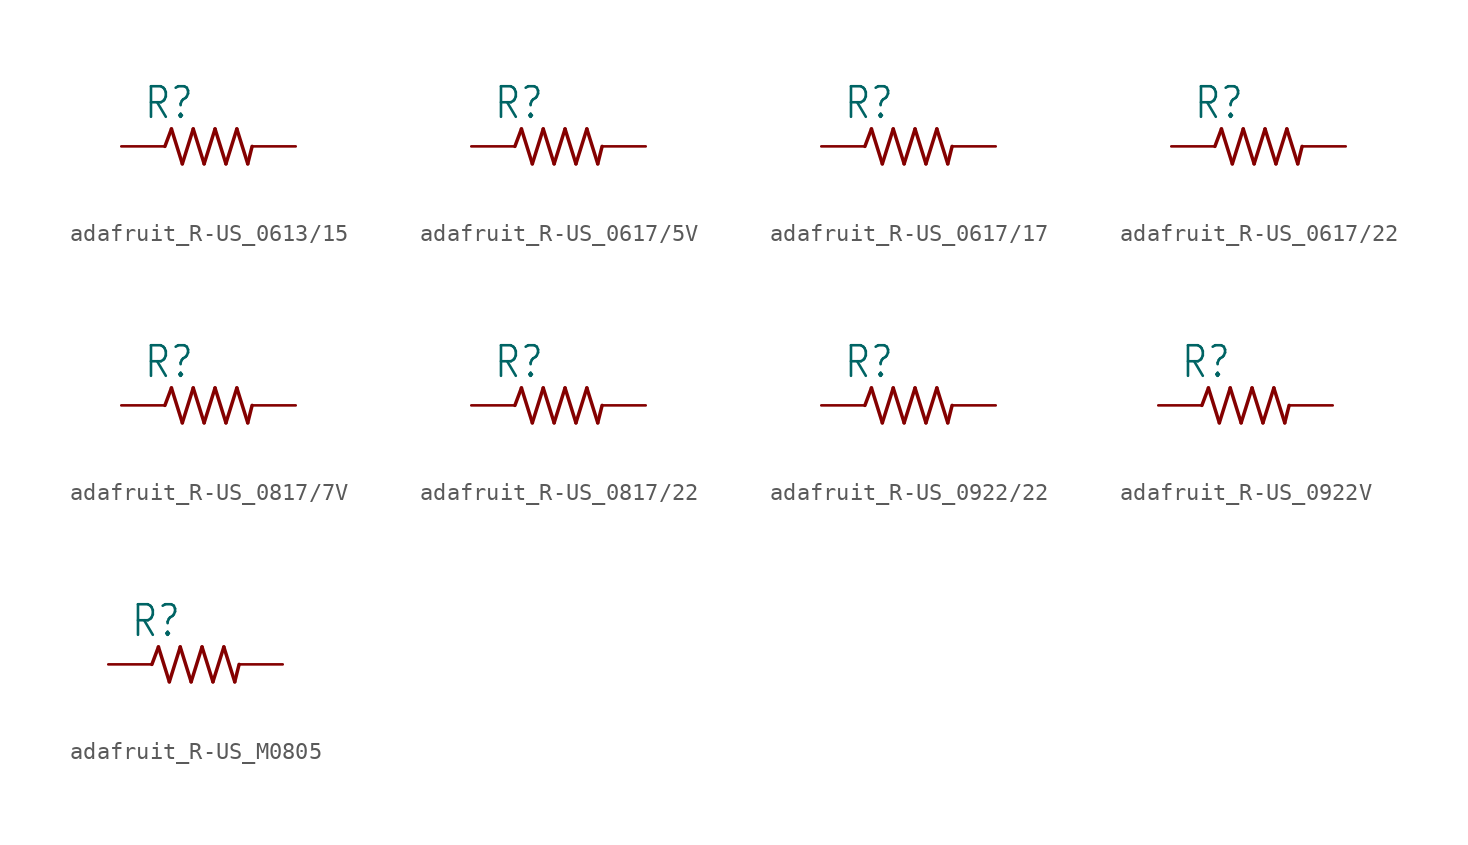
<source format=kicad_sym>
(kicad_symbol_lib
  (version 20220914)
  (generator kicad_symbol_editor)
  (symbol "adafruit_R-US_0613/15"
    (property "Reference" "R"
      (at -3.81 1.499 0)
      (effects (font (size 1.778 1.511)) (justify left bottom)))
    (property "Value" ""
      (at -3.81 -3.302 0)
      (effects (font (size 1.778 1.511)) (justify left bottom)))
    (property "ki_locked" ""
      (at 0 0 0)
      (effects (font (size 1.27 1.27))))
    (symbol "adafruit_R-US_0613/15_1_0"
      (polyline (pts (xy -2.54 0) (xy -2.159 1.016)) (stroke (width 0.203) (type solid)) (fill (type none)))
      (polyline (pts (xy -2.159 1.016) (xy -1.524 -1.016)) (stroke (width 0.203) (type solid)) (fill (type none)))
      (polyline (pts (xy -1.524 -1.016) (xy -0.889 1.016)) (stroke (width 0.203) (type solid)) (fill (type none)))
      (polyline (pts (xy -0.889 1.016) (xy -0.254 -1.016)) (stroke (width 0.203) (type solid)) (fill (type none)))
      (polyline (pts (xy -0.254 -1.016) (xy 0.381 1.016)) (stroke (width 0.203) (type solid)) (fill (type none)))
      (polyline (pts (xy 0.381 1.016) (xy 1.016 -1.016)) (stroke (width 0.203) (type solid)) (fill (type none)))
      (polyline (pts (xy 1.016 -1.016) (xy 1.651 1.016)) (stroke (width 0.203) (type solid)) (fill (type none)))
      (polyline (pts (xy 1.651 1.016) (xy 2.286 -1.016)) (stroke (width 0.203) (type solid)) (fill (type none)))
      (polyline (pts (xy 2.286 -1.016) (xy 2.54 0)) (stroke (width 0.203) (type solid)) (fill (type none)))
      (pin passive line (at -5.08 0 0) (length 2.54) (name "1" (effects (font (size 0 0)))) (number "1" (effects (font (size 0 0)))))
      (pin passive line (at 5.08 0 180) (length 2.54) (name "2" (effects (font (size 0 0)))) (number "2" (effects (font (size 0 0)))))))
  (symbol "adafruit_R-US_0617/5V"
    (property "Reference" "R"
      (at -3.81 1.499 0)
      (effects (font (size 1.778 1.511)) (justify left bottom)))
    (property "Value" ""
      (at -3.81 -3.302 0)
      (effects (font (size 1.778 1.511)) (justify left bottom)))
    (property "ki_locked" ""
      (at 0 0 0)
      (effects (font (size 1.27 1.27))))
    (symbol "adafruit_R-US_0617/5V_1_0"
      (polyline (pts (xy -2.54 0) (xy -2.159 1.016)) (stroke (width 0.203) (type solid)) (fill (type none)))
      (polyline (pts (xy -2.159 1.016) (xy -1.524 -1.016)) (stroke (width 0.203) (type solid)) (fill (type none)))
      (polyline (pts (xy -1.524 -1.016) (xy -0.889 1.016)) (stroke (width 0.203) (type solid)) (fill (type none)))
      (polyline (pts (xy -0.889 1.016) (xy -0.254 -1.016)) (stroke (width 0.203) (type solid)) (fill (type none)))
      (polyline (pts (xy -0.254 -1.016) (xy 0.381 1.016)) (stroke (width 0.203) (type solid)) (fill (type none)))
      (polyline (pts (xy 0.381 1.016) (xy 1.016 -1.016)) (stroke (width 0.203) (type solid)) (fill (type none)))
      (polyline (pts (xy 1.016 -1.016) (xy 1.651 1.016)) (stroke (width 0.203) (type solid)) (fill (type none)))
      (polyline (pts (xy 1.651 1.016) (xy 2.286 -1.016)) (stroke (width 0.203) (type solid)) (fill (type none)))
      (polyline (pts (xy 2.286 -1.016) (xy 2.54 0)) (stroke (width 0.203) (type solid)) (fill (type none)))
      (pin passive line (at -5.08 0 0) (length 2.54) (name "1" (effects (font (size 0 0)))) (number "1" (effects (font (size 0 0)))))
      (pin passive line (at 5.08 0 180) (length 2.54) (name "2" (effects (font (size 0 0)))) (number "2" (effects (font (size 0 0)))))))
  (symbol "adafruit_R-US_0617/17"
    (property "Reference" "R"
      (at -3.81 1.499 0)
      (effects (font (size 1.778 1.511)) (justify left bottom)))
    (property "Value" ""
      (at -3.81 -3.302 0)
      (effects (font (size 1.778 1.511)) (justify left bottom)))
    (property "ki_locked" ""
      (at 0 0 0)
      (effects (font (size 1.27 1.27))))
    (symbol "adafruit_R-US_0617/17_1_0"
      (polyline (pts (xy -2.54 0) (xy -2.159 1.016)) (stroke (width 0.203) (type solid)) (fill (type none)))
      (polyline (pts (xy -2.159 1.016) (xy -1.524 -1.016)) (stroke (width 0.203) (type solid)) (fill (type none)))
      (polyline (pts (xy -1.524 -1.016) (xy -0.889 1.016)) (stroke (width 0.203) (type solid)) (fill (type none)))
      (polyline (pts (xy -0.889 1.016) (xy -0.254 -1.016)) (stroke (width 0.203) (type solid)) (fill (type none)))
      (polyline (pts (xy -0.254 -1.016) (xy 0.381 1.016)) (stroke (width 0.203) (type solid)) (fill (type none)))
      (polyline (pts (xy 0.381 1.016) (xy 1.016 -1.016)) (stroke (width 0.203) (type solid)) (fill (type none)))
      (polyline (pts (xy 1.016 -1.016) (xy 1.651 1.016)) (stroke (width 0.203) (type solid)) (fill (type none)))
      (polyline (pts (xy 1.651 1.016) (xy 2.286 -1.016)) (stroke (width 0.203) (type solid)) (fill (type none)))
      (polyline (pts (xy 2.286 -1.016) (xy 2.54 0)) (stroke (width 0.203) (type solid)) (fill (type none)))
      (pin passive line (at -5.08 0 0) (length 2.54) (name "1" (effects (font (size 0 0)))) (number "1" (effects (font (size 0 0)))))
      (pin passive line (at 5.08 0 180) (length 2.54) (name "2" (effects (font (size 0 0)))) (number "2" (effects (font (size 0 0)))))))
  (symbol "adafruit_R-US_0617/22"
    (property "Reference" "R"
      (at -3.81 1.499 0)
      (effects (font (size 1.778 1.511)) (justify left bottom)))
    (property "Value" ""
      (at -3.81 -3.302 0)
      (effects (font (size 1.778 1.511)) (justify left bottom)))
    (property "ki_locked" ""
      (at 0 0 0)
      (effects (font (size 1.27 1.27))))
    (symbol "adafruit_R-US_0617/22_1_0"
      (polyline (pts (xy -2.54 0) (xy -2.159 1.016)) (stroke (width 0.203) (type solid)) (fill (type none)))
      (polyline (pts (xy -2.159 1.016) (xy -1.524 -1.016)) (stroke (width 0.203) (type solid)) (fill (type none)))
      (polyline (pts (xy -1.524 -1.016) (xy -0.889 1.016)) (stroke (width 0.203) (type solid)) (fill (type none)))
      (polyline (pts (xy -0.889 1.016) (xy -0.254 -1.016)) (stroke (width 0.203) (type solid)) (fill (type none)))
      (polyline (pts (xy -0.254 -1.016) (xy 0.381 1.016)) (stroke (width 0.203) (type solid)) (fill (type none)))
      (polyline (pts (xy 0.381 1.016) (xy 1.016 -1.016)) (stroke (width 0.203) (type solid)) (fill (type none)))
      (polyline (pts (xy 1.016 -1.016) (xy 1.651 1.016)) (stroke (width 0.203) (type solid)) (fill (type none)))
      (polyline (pts (xy 1.651 1.016) (xy 2.286 -1.016)) (stroke (width 0.203) (type solid)) (fill (type none)))
      (polyline (pts (xy 2.286 -1.016) (xy 2.54 0)) (stroke (width 0.203) (type solid)) (fill (type none)))
      (pin passive line (at -5.08 0 0) (length 2.54) (name "1" (effects (font (size 0 0)))) (number "1" (effects (font (size 0 0)))))
      (pin passive line (at 5.08 0 180) (length 2.54) (name "2" (effects (font (size 0 0)))) (number "2" (effects (font (size 0 0)))))))
  (symbol "adafruit_R-US_0817/7V"
    (property "Reference" "R"
      (at -3.81 1.499 0)
      (effects (font (size 1.778 1.511)) (justify left bottom)))
    (property "Value" ""
      (at -3.81 -3.302 0)
      (effects (font (size 1.778 1.511)) (justify left bottom)))
    (property "ki_locked" ""
      (at 0 0 0)
      (effects (font (size 1.27 1.27))))
    (symbol "adafruit_R-US_0817/7V_1_0"
      (polyline (pts (xy -2.54 0) (xy -2.159 1.016)) (stroke (width 0.203) (type solid)) (fill (type none)))
      (polyline (pts (xy -2.159 1.016) (xy -1.524 -1.016)) (stroke (width 0.203) (type solid)) (fill (type none)))
      (polyline (pts (xy -1.524 -1.016) (xy -0.889 1.016)) (stroke (width 0.203) (type solid)) (fill (type none)))
      (polyline (pts (xy -0.889 1.016) (xy -0.254 -1.016)) (stroke (width 0.203) (type solid)) (fill (type none)))
      (polyline (pts (xy -0.254 -1.016) (xy 0.381 1.016)) (stroke (width 0.203) (type solid)) (fill (type none)))
      (polyline (pts (xy 0.381 1.016) (xy 1.016 -1.016)) (stroke (width 0.203) (type solid)) (fill (type none)))
      (polyline (pts (xy 1.016 -1.016) (xy 1.651 1.016)) (stroke (width 0.203) (type solid)) (fill (type none)))
      (polyline (pts (xy 1.651 1.016) (xy 2.286 -1.016)) (stroke (width 0.203) (type solid)) (fill (type none)))
      (polyline (pts (xy 2.286 -1.016) (xy 2.54 0)) (stroke (width 0.203) (type solid)) (fill (type none)))
      (pin passive line (at -5.08 0 0) (length 2.54) (name "1" (effects (font (size 0 0)))) (number "1" (effects (font (size 0 0)))))
      (pin passive line (at 5.08 0 180) (length 2.54) (name "2" (effects (font (size 0 0)))) (number "2" (effects (font (size 0 0)))))))
  (symbol "adafruit_R-US_0817/22"
    (property "Reference" "R"
      (at -3.81 1.499 0)
      (effects (font (size 1.778 1.511)) (justify left bottom)))
    (property "Value" ""
      (at -3.81 -3.302 0)
      (effects (font (size 1.778 1.511)) (justify left bottom)))
    (property "ki_locked" ""
      (at 0 0 0)
      (effects (font (size 1.27 1.27))))
    (symbol "adafruit_R-US_0817/22_1_0"
      (polyline (pts (xy -2.54 0) (xy -2.159 1.016)) (stroke (width 0.203) (type solid)) (fill (type none)))
      (polyline (pts (xy -2.159 1.016) (xy -1.524 -1.016)) (stroke (width 0.203) (type solid)) (fill (type none)))
      (polyline (pts (xy -1.524 -1.016) (xy -0.889 1.016)) (stroke (width 0.203) (type solid)) (fill (type none)))
      (polyline (pts (xy -0.889 1.016) (xy -0.254 -1.016)) (stroke (width 0.203) (type solid)) (fill (type none)))
      (polyline (pts (xy -0.254 -1.016) (xy 0.381 1.016)) (stroke (width 0.203) (type solid)) (fill (type none)))
      (polyline (pts (xy 0.381 1.016) (xy 1.016 -1.016)) (stroke (width 0.203) (type solid)) (fill (type none)))
      (polyline (pts (xy 1.016 -1.016) (xy 1.651 1.016)) (stroke (width 0.203) (type solid)) (fill (type none)))
      (polyline (pts (xy 1.651 1.016) (xy 2.286 -1.016)) (stroke (width 0.203) (type solid)) (fill (type none)))
      (polyline (pts (xy 2.286 -1.016) (xy 2.54 0)) (stroke (width 0.203) (type solid)) (fill (type none)))
      (pin passive line (at -5.08 0 0) (length 2.54) (name "1" (effects (font (size 0 0)))) (number "1" (effects (font (size 0 0)))))
      (pin passive line (at 5.08 0 180) (length 2.54) (name "2" (effects (font (size 0 0)))) (number "2" (effects (font (size 0 0)))))))
  (symbol "adafruit_R-US_0922/22"
    (property "Reference" "R"
      (at -3.81 1.499 0)
      (effects (font (size 1.778 1.511)) (justify left bottom)))
    (property "Value" ""
      (at -3.81 -3.302 0)
      (effects (font (size 1.778 1.511)) (justify left bottom)))
    (property "ki_locked" ""
      (at 0 0 0)
      (effects (font (size 1.27 1.27))))
    (symbol "adafruit_R-US_0922/22_1_0"
      (polyline (pts (xy -2.54 0) (xy -2.159 1.016)) (stroke (width 0.203) (type solid)) (fill (type none)))
      (polyline (pts (xy -2.159 1.016) (xy -1.524 -1.016)) (stroke (width 0.203) (type solid)) (fill (type none)))
      (polyline (pts (xy -1.524 -1.016) (xy -0.889 1.016)) (stroke (width 0.203) (type solid)) (fill (type none)))
      (polyline (pts (xy -0.889 1.016) (xy -0.254 -1.016)) (stroke (width 0.203) (type solid)) (fill (type none)))
      (polyline (pts (xy -0.254 -1.016) (xy 0.381 1.016)) (stroke (width 0.203) (type solid)) (fill (type none)))
      (polyline (pts (xy 0.381 1.016) (xy 1.016 -1.016)) (stroke (width 0.203) (type solid)) (fill (type none)))
      (polyline (pts (xy 1.016 -1.016) (xy 1.651 1.016)) (stroke (width 0.203) (type solid)) (fill (type none)))
      (polyline (pts (xy 1.651 1.016) (xy 2.286 -1.016)) (stroke (width 0.203) (type solid)) (fill (type none)))
      (polyline (pts (xy 2.286 -1.016) (xy 2.54 0)) (stroke (width 0.203) (type solid)) (fill (type none)))
      (pin passive line (at -5.08 0 0) (length 2.54) (name "1" (effects (font (size 0 0)))) (number "1" (effects (font (size 0 0)))))
      (pin passive line (at 5.08 0 180) (length 2.54) (name "2" (effects (font (size 0 0)))) (number "2" (effects (font (size 0 0)))))))
  (symbol "adafruit_R-US_0922V"
    (property "Reference" "R"
      (at -3.81 1.499 0)
      (effects (font (size 1.778 1.511)) (justify left bottom)))
    (property "Value" ""
      (at -3.81 -3.302 0)
      (effects (font (size 1.778 1.511)) (justify left bottom)))
    (property "ki_locked" ""
      (at 0 0 0)
      (effects (font (size 1.27 1.27))))
    (symbol "adafruit_R-US_0922V_1_0"
      (polyline (pts (xy -2.54 0) (xy -2.159 1.016)) (stroke (width 0.203) (type solid)) (fill (type none)))
      (polyline (pts (xy -2.159 1.016) (xy -1.524 -1.016)) (stroke (width 0.203) (type solid)) (fill (type none)))
      (polyline (pts (xy -1.524 -1.016) (xy -0.889 1.016)) (stroke (width 0.203) (type solid)) (fill (type none)))
      (polyline (pts (xy -0.889 1.016) (xy -0.254 -1.016)) (stroke (width 0.203) (type solid)) (fill (type none)))
      (polyline (pts (xy -0.254 -1.016) (xy 0.381 1.016)) (stroke (width 0.203) (type solid)) (fill (type none)))
      (polyline (pts (xy 0.381 1.016) (xy 1.016 -1.016)) (stroke (width 0.203) (type solid)) (fill (type none)))
      (polyline (pts (xy 1.016 -1.016) (xy 1.651 1.016)) (stroke (width 0.203) (type solid)) (fill (type none)))
      (polyline (pts (xy 1.651 1.016) (xy 2.286 -1.016)) (stroke (width 0.203) (type solid)) (fill (type none)))
      (polyline (pts (xy 2.286 -1.016) (xy 2.54 0)) (stroke (width 0.203) (type solid)) (fill (type none)))
      (pin passive line (at -5.08 0 0) (length 2.54) (name "1" (effects (font (size 0 0)))) (number "1" (effects (font (size 0 0)))))
      (pin passive line (at 5.08 0 180) (length 2.54) (name "2" (effects (font (size 0 0)))) (number "2" (effects (font (size 0 0)))))))
  (symbol "adafruit_R-US_M0805"
    (property "Reference" "R"
      (at -3.81 1.499 0)
      (effects (font (size 1.778 1.511)) (justify left bottom)))
    (property "Value" ""
      (at -3.81 -3.302 0)
      (effects (font (size 1.778 1.511)) (justify left bottom)))
    (property "ki_locked" ""
      (at 0 0 0)
      (effects (font (size 1.27 1.27))))
    (symbol "adafruit_R-US_M0805_1_0"
      (polyline (pts (xy -2.54 0) (xy -2.159 1.016)) (stroke (width 0.203) (type solid)) (fill (type none)))
      (polyline (pts (xy -2.159 1.016) (xy -1.524 -1.016)) (stroke (width 0.203) (type solid)) (fill (type none)))
      (polyline (pts (xy -1.524 -1.016) (xy -0.889 1.016)) (stroke (width 0.203) (type solid)) (fill (type none)))
      (polyline (pts (xy -0.889 1.016) (xy -0.254 -1.016)) (stroke (width 0.203) (type solid)) (fill (type none)))
      (polyline (pts (xy -0.254 -1.016) (xy 0.381 1.016)) (stroke (width 0.203) (type solid)) (fill (type none)))
      (polyline (pts (xy 0.381 1.016) (xy 1.016 -1.016)) (stroke (width 0.203) (type solid)) (fill (type none)))
      (polyline (pts (xy 1.016 -1.016) (xy 1.651 1.016)) (stroke (width 0.203) (type solid)) (fill (type none)))
      (polyline (pts (xy 1.651 1.016) (xy 2.286 -1.016)) (stroke (width 0.203) (type solid)) (fill (type none)))
      (polyline (pts (xy 2.286 -1.016) (xy 2.54 0)) (stroke (width 0.203) (type solid)) (fill (type none)))
      (pin passive line (at -5.08 0 0) (length 2.54) (name "1" (effects (font (size 0 0)))) (number "1" (effects (font (size 0 0)))))
      (pin passive line (at 5.08 0 180) (length 2.54) (name "2" (effects (font (size 0 0)))) (number "2" (effects (font (size 0 0))))))))
</source>
